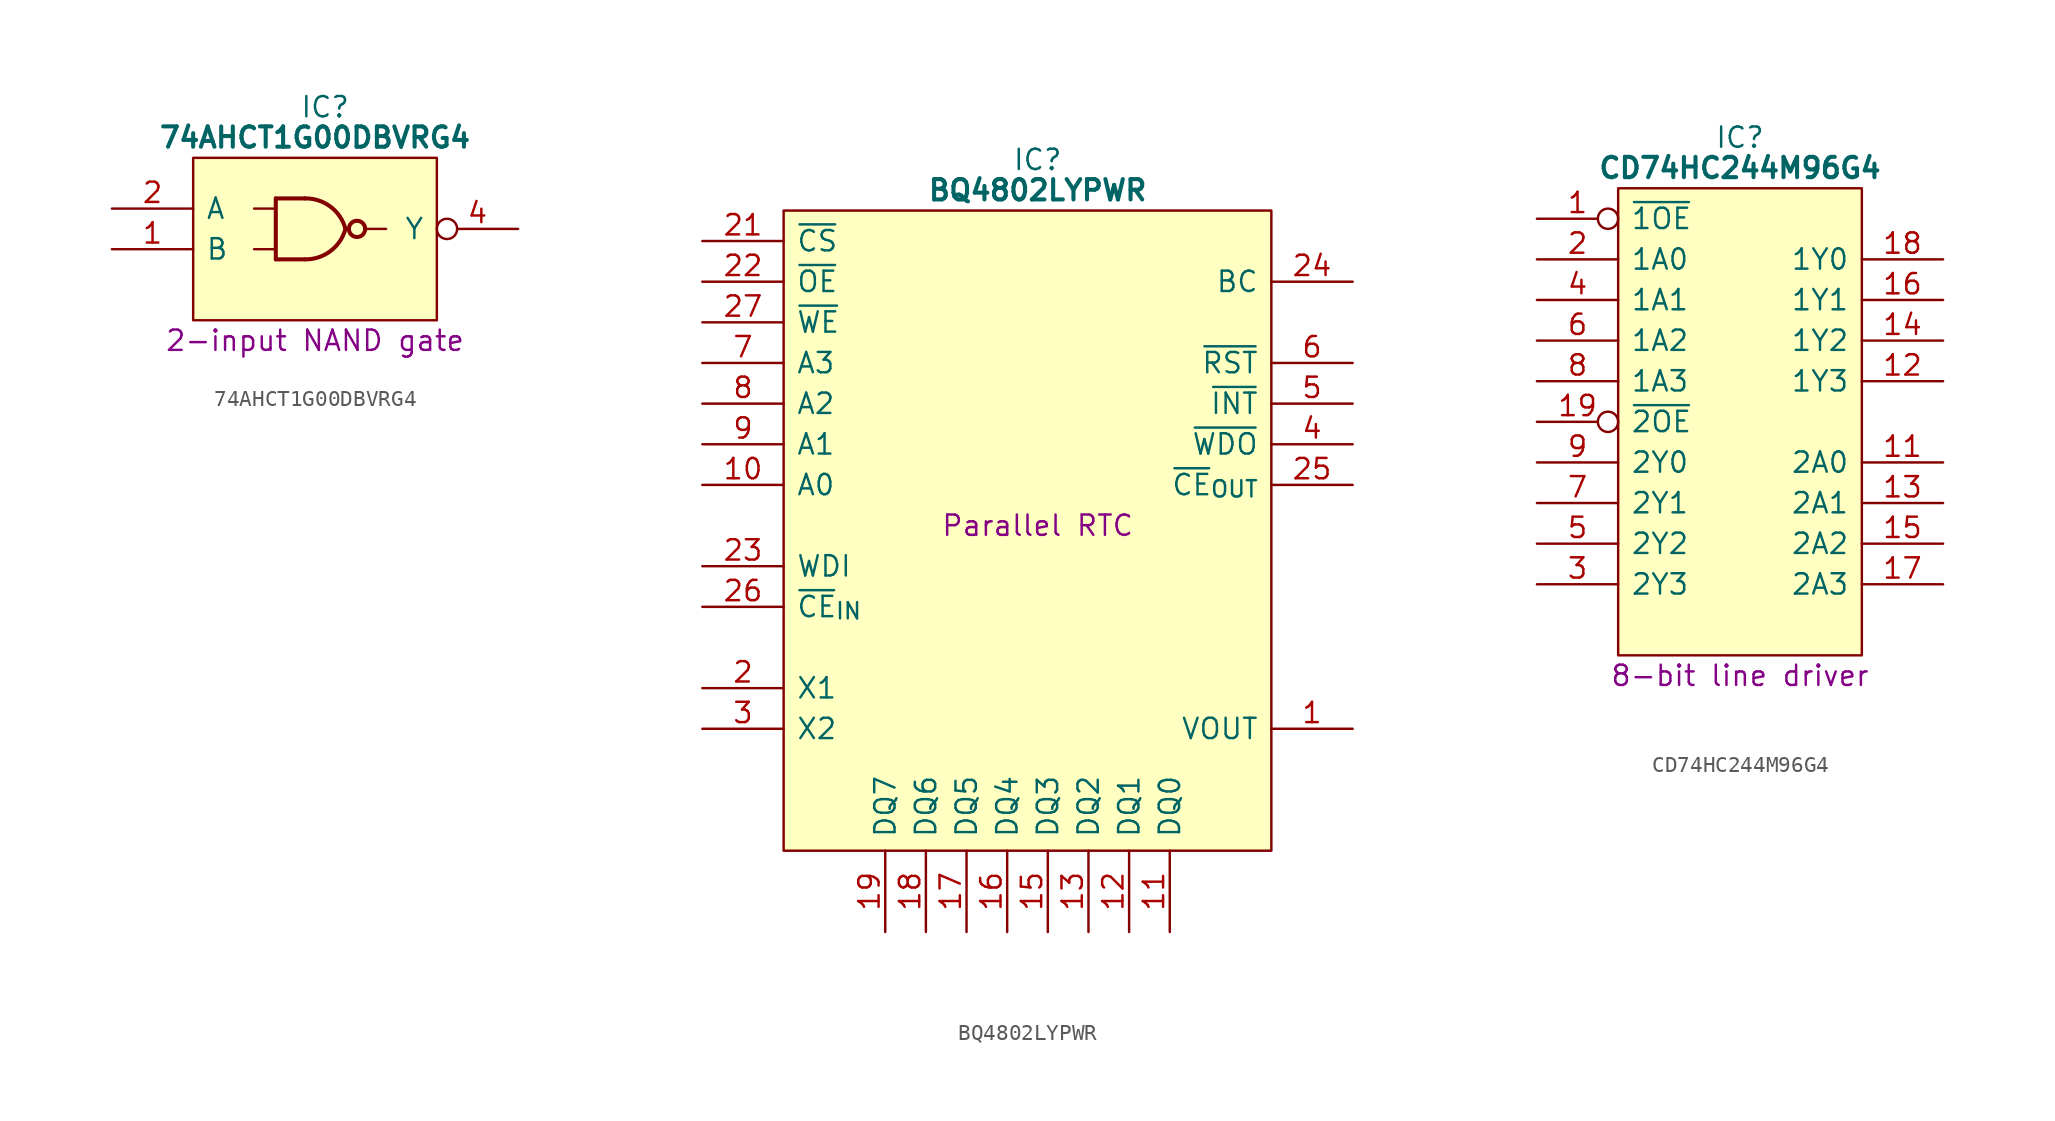
<source format=kicad_sym>
(kicad_symbol_lib
  (version 20241209)
  (generator "kicad_symbol_editor")
  (generator_version "9.0")
  (symbol "74AHCT1G00DBVRG4"
    (pin_names
      (offset 0.762))
    (property "Reference" "IC"
      (at 13.335 6.35 0)
      (effects (font (size 1.27 1.27))))
    (property "Value" "74AHCT1G00DBVRG4"
      (at 12.7 4.445 0)
      (effects (font (size 1.27 1.27) (bold yes))))
    (property "Description" "2-input NAND gate"
      (at 12.7 -8.255 0)
      (effects (font (size 1.27 1.27))))
    (symbol "74AHCT1G00DBVRG4_0_0"
      (pin input line (at 0 0 0) (length 5.08) (name "A" (effects (font (size 1.27 1.27)))) (number "2" (effects (font (size 1.27 1.27)))))
      (pin input line (at 0 -2.54 0) (length 5.08) (name "B" (effects (font (size 1.27 1.27)))) (number "1" (effects (font (size 1.27 1.27)))))
      (pin passive line (at 0 -5.08 0) (length 5.08) (hide yes) (name "GND" (effects (font (size 1.27 1.27)))) (number "3" (effects (font (size 1.27 1.27)))))
      (pin passive line (at 25.4 1.27 180) (length 5.08) (hide yes) (name "5V" (effects (font (size 1.27 1.27)))) (number "5" (effects (font (size 1.27 1.27)))))
      (pin output inverted (at 25.4 -1.27 180) (length 5.08) (name "Y" (effects (font (size 1.27 1.27)))) (number "4" (effects (font (size 1.27 1.27))))))
    (symbol "74AHCT1G00DBVRG4_0_1"
      (polyline (pts (xy 5.08 3.175) (xy 20.32 3.175) (xy 20.32 -6.985) (xy 5.08 -6.985) (xy 5.08 3.175)) (stroke (width 0.152) (type default)) (fill (type background)))
      (polyline (pts (xy 8.89 0) (xy 10.16 0)) (stroke (width 0) (type default)) (fill (type none)))
      (polyline (pts (xy 8.89 -2.54) (xy 10.16 -2.54)) (stroke (width 0) (type default)) (fill (type none)))
      (polyline (pts (xy 10.248 0.635) (xy 10.248 -3.175)) (stroke (width 0.254) (type default)) (fill (type background)))
      (polyline (pts (xy 12.065 0.635) (xy 10.248 0.635)) (stroke (width 0.254) (type default)) (fill (type background)))
      (polyline (pts (xy 12.065 -3.175) (xy 10.248 -3.175)) (stroke (width 0.254) (type default)) (fill (type background)))
      (arc (start 14.605 -1.27) (mid 13.6635 -2.6605) (end 12.065 -3.175) (stroke (width 0.254) (type default)) (fill (type none)))
      (arc (start 12.065 0.635) (mid 13.664 0.1212) (end 14.605 -1.27) (stroke (width 0.254) (type default)) (fill (type none)))
      (circle (center 15.328 -1.27) (radius 0.508) (stroke (width 0.254) (type default)) (fill (type none)))
      (polyline (pts (xy 15.963 -1.27) (xy 17.145 -1.27)) (stroke (width 0) (type default)) (fill (type none)))))
  (symbol "BQ4802LYPWR"
    (pin_names
      (offset 0.762))
    (property "Reference" "IC"
      (at 20.955 5.08 0)
      (effects (font (size 1.27 1.27))))
    (property "Value" "BQ4802LYPWR"
      (at 20.955 3.175 0)
      (effects (font (size 1.27 1.27) (thickness 0.254) (bold yes))))
    (property "Description" "Parallel RTC"
      (at 20.955 -17.78 0)
      (effects (font (size 1.27 1.27))))
    (symbol "BQ4802LYPWR_0_0"
      (pin passive line (at 0 0 0) (length 5.08) (name "~{CS}" (effects (font (size 1.27 1.27)))) (number "21" (effects (font (size 1.27 1.27)))))
      (pin passive line (at 0 -2.54 0) (length 5.08) (name "~{OE}" (effects (font (size 1.27 1.27)))) (number "22" (effects (font (size 1.27 1.27)))))
      (pin passive line (at 0 -5.08 0) (length 5.08) (name "~{WE}" (effects (font (size 1.27 1.27)))) (number "27" (effects (font (size 1.27 1.27)))))
      (pin passive line (at 0 -7.62 0) (length 5.08) (name "A3" (effects (font (size 1.27 1.27)))) (number "7" (effects (font (size 1.27 1.27)))))
      (pin passive line (at 0 -10.16 0) (length 5.08) (name "A2" (effects (font (size 1.27 1.27)))) (number "8" (effects (font (size 1.27 1.27)))))
      (pin passive line (at 0 -12.7 0) (length 5.08) (name "A1" (effects (font (size 1.27 1.27)))) (number "9" (effects (font (size 1.27 1.27)))))
      (pin passive line (at 0 -15.24 0) (length 5.08) (name "A0" (effects (font (size 1.27 1.27)))) (number "10" (effects (font (size 1.27 1.27)))))
      (pin passive line (at 0 -20.32 0) (length 5.08) (name "WDI" (effects (font (size 1.27 1.27)))) (number "23" (effects (font (size 1.27 1.27)))))
      (pin passive line (at 0 -27.94 0) (length 5.08) (name "X1" (effects (font (size 1.27 1.27)))) (number "2" (effects (font (size 1.27 1.27)))))
      (pin passive line (at 0 -30.48 0) (length 5.08) (name "X2" (effects (font (size 1.27 1.27)))) (number "3" (effects (font (size 1.27 1.27)))))
      (pin passive line (at 11.43 -43.18 90) (length 5.08) (name "DQ7" (effects (font (size 1.27 1.27)))) (number "19" (effects (font (size 1.27 1.27)))))
      (pin passive line (at 13.97 -43.18 90) (length 5.08) (name "DQ6" (effects (font (size 1.27 1.27)))) (number "18" (effects (font (size 1.27 1.27)))))
      (pin passive line (at 16.51 -43.18 90) (length 5.08) (name "DQ5" (effects (font (size 1.27 1.27)))) (number "17" (effects (font (size 1.27 1.27)))))
      (pin passive line (at 19.05 -43.18 90) (length 5.08) (name "DQ4" (effects (font (size 1.27 1.27)))) (number "16" (effects (font (size 1.27 1.27)))))
      (pin passive line (at 21.59 -43.18 90) (length 5.08) (name "DQ3" (effects (font (size 1.27 1.27)))) (number "15" (effects (font (size 1.27 1.27)))))
      (pin passive line (at 24.13 -43.18 90) (length 5.08) (name "DQ2" (effects (font (size 1.27 1.27)))) (number "13" (effects (font (size 1.27 1.27)))))
      (pin passive line (at 26.67 -43.18 90) (length 5.08) (name "DQ1" (effects (font (size 1.27 1.27)))) (number "12" (effects (font (size 1.27 1.27)))))
      (pin passive line (at 29.21 -43.18 90) (length 5.08) (name "DQ0" (effects (font (size 1.27 1.27)))) (number "11" (effects (font (size 1.27 1.27)))))
      (pin passive line (at 40.64 -2.54 180) (length 5.08) (name "BC" (effects (font (size 1.27 1.27)))) (number "24" (effects (font (size 1.27 1.27)))))
      (pin passive line (at 40.64 -7.62 180) (length 5.08) (name "~{RST}" (effects (font (size 1.27 1.27)))) (number "6" (effects (font (size 1.27 1.27)))))
      (pin passive line (at 40.64 -10.16 180) (length 5.08) (name "~{INT}" (effects (font (size 1.27 1.27)))) (number "5" (effects (font (size 1.27 1.27)))))
      (pin passive line (at 40.64 -12.7 180) (length 5.08) (name "~{WDO}" (effects (font (size 1.27 1.27)))) (number "4" (effects (font (size 1.27 1.27)))))
      (pin passive line (at 40.64 -30.48 180) (length 5.08) (name "VOUT" (effects (font (size 1.27 1.27)))) (number "1" (effects (font (size 1.27 1.27))))))
    (symbol "BQ4802LYPWR_0_1"
      (polyline (pts (xy 5.08 1.905) (xy 35.56 1.905) (xy 35.56 -38.1) (xy 5.08 -38.1) (xy 5.08 1.905)) (stroke (width 0.152) (type default)) (fill (type background))))
    (symbol "BQ4802LYPWR_1_0"
      (pin passive line (at 0 -22.86 0) (length 5.08) (name "~{CE}_{IN}" (effects (font (size 1.27 1.27)))) (number "26" (effects (font (size 1.27 1.27)))))
      (pin passive line (at 0 -33.02 0) (length 5.08) (hide yes) (name "GND" (effects (font (size 1.27 1.27)))) (number "14" (effects (font (size 1.27 1.27)))))
      (pin passive line (at 0 -35.56 0) (length 5.08) (hide yes) (name "GND" (effects (font (size 1.27 1.27)))) (number "20" (effects (font (size 1.27 1.27)))))
      (pin passive line (at 40.64 0 180) (length 5.08) (hide yes) (name "3V" (effects (font (size 1.27 1.27)))) (number "28" (effects (font (size 1.27 1.27)))))
      (pin passive line (at 40.64 -15.24 180) (length 5.08) (name "~{CE}_{OUT}" (effects (font (size 1.27 1.27)))) (number "25" (effects (font (size 1.27 1.27)))))))
  (symbol "CD74HC244M96G4"
    (pin_names
      (offset 0.762))
    (property "Reference" "IC"
      (at 12.7 5.08 0)
      (effects (font (size 1.27 1.27))))
    (property "Value" "CD74HC244M96G4"
      (at 12.7 3.175 0)
      (effects (font (size 1.27 1.27) (bold yes))))
    (property "Description" "8-bit line driver"
      (at 12.7 -28.575 0)
      (effects (font (size 1.27 1.27))))
    (symbol "CD74HC244M96G4_0_0"
      (pin input inverted (at 0 0 0) (length 5.08) (name "~{1OE}" (effects (font (size 1.27 1.27)))) (number "1" (effects (font (size 1.27 1.27)))))
      (pin input line (at 0 -2.54 0) (length 5.08) (name "1A0" (effects (font (size 1.27 1.27)))) (number "2" (effects (font (size 1.27 1.27)))))
      (pin input line (at 0 -5.08 0) (length 5.08) (name "1A1" (effects (font (size 1.27 1.27)))) (number "4" (effects (font (size 1.27 1.27)))))
      (pin input line (at 0 -7.62 0) (length 5.08) (name "1A2" (effects (font (size 1.27 1.27)))) (number "6" (effects (font (size 1.27 1.27)))))
      (pin input line (at 0 -10.16 0) (length 5.08) (name "1A3" (effects (font (size 1.27 1.27)))) (number "8" (effects (font (size 1.27 1.27)))))
      (pin input inverted (at 0 -12.7 0) (length 5.08) (name "~{2OE}" (effects (font (size 1.27 1.27)))) (number "19" (effects (font (size 1.27 1.27)))))
      (pin output line (at 0 -15.24 0) (length 5.08) (name "2Y0" (effects (font (size 1.27 1.27)))) (number "9" (effects (font (size 1.27 1.27)))))
      (pin output line (at 0 -17.78 0) (length 5.08) (name "2Y1" (effects (font (size 1.27 1.27)))) (number "7" (effects (font (size 1.27 1.27)))))
      (pin output line (at 0 -20.32 0) (length 5.08) (name "2Y2" (effects (font (size 1.27 1.27)))) (number "5" (effects (font (size 1.27 1.27)))))
      (pin output line (at 0 -22.86 0) (length 5.08) (name "2Y3" (effects (font (size 1.27 1.27)))) (number "3" (effects (font (size 1.27 1.27)))))
      (pin passive line (at 0 -25.4 0) (length 5.08) (hide yes) (name "GND" (effects (font (size 1.27 1.27)))) (number "10" (effects (font (size 1.27 1.27)))))
      (pin passive line (at 25.4 0 180) (length 5.08) (hide yes) (name "5V" (effects (font (size 1.27 1.27)))) (number "20" (effects (font (size 1.27 1.27)))))
      (pin input line (at 25.4 -2.54 180) (length 5.08) (name "1Y0" (effects (font (size 1.27 1.27)))) (number "18" (effects (font (size 1.27 1.27)))))
      (pin input line (at 25.4 -5.08 180) (length 5.08) (name "1Y1" (effects (font (size 1.27 1.27)))) (number "16" (effects (font (size 1.27 1.27)))))
      (pin input line (at 25.4 -7.62 180) (length 5.08) (name "1Y2" (effects (font (size 1.27 1.27)))) (number "14" (effects (font (size 1.27 1.27)))))
      (pin input line (at 25.4 -10.16 180) (length 5.08) (name "1Y3" (effects (font (size 1.27 1.27)))) (number "12" (effects (font (size 1.27 1.27)))))
      (pin output line (at 25.4 -15.24 180) (length 5.08) (name "2A0" (effects (font (size 1.27 1.27)))) (number "11" (effects (font (size 1.27 1.27)))))
      (pin output line (at 25.4 -17.78 180) (length 5.08) (name "2A1" (effects (font (size 1.27 1.27)))) (number "13" (effects (font (size 1.27 1.27)))))
      (pin output line (at 25.4 -20.32 180) (length 5.08) (name "2A2" (effects (font (size 1.27 1.27)))) (number "15" (effects (font (size 1.27 1.27)))))
      (pin output line (at 25.4 -22.86 180) (length 5.08) (name "2A3" (effects (font (size 1.27 1.27)))) (number "17" (effects (font (size 1.27 1.27))))))
    (symbol "CD74HC244M96G4_0_1"
      (polyline (pts (xy 5.08 1.905) (xy 20.32 1.905) (xy 20.32 -27.305) (xy 5.08 -27.305) (xy 5.08 1.905)) (stroke (width 0.152) (type default)) (fill (type background))))))
</source>
